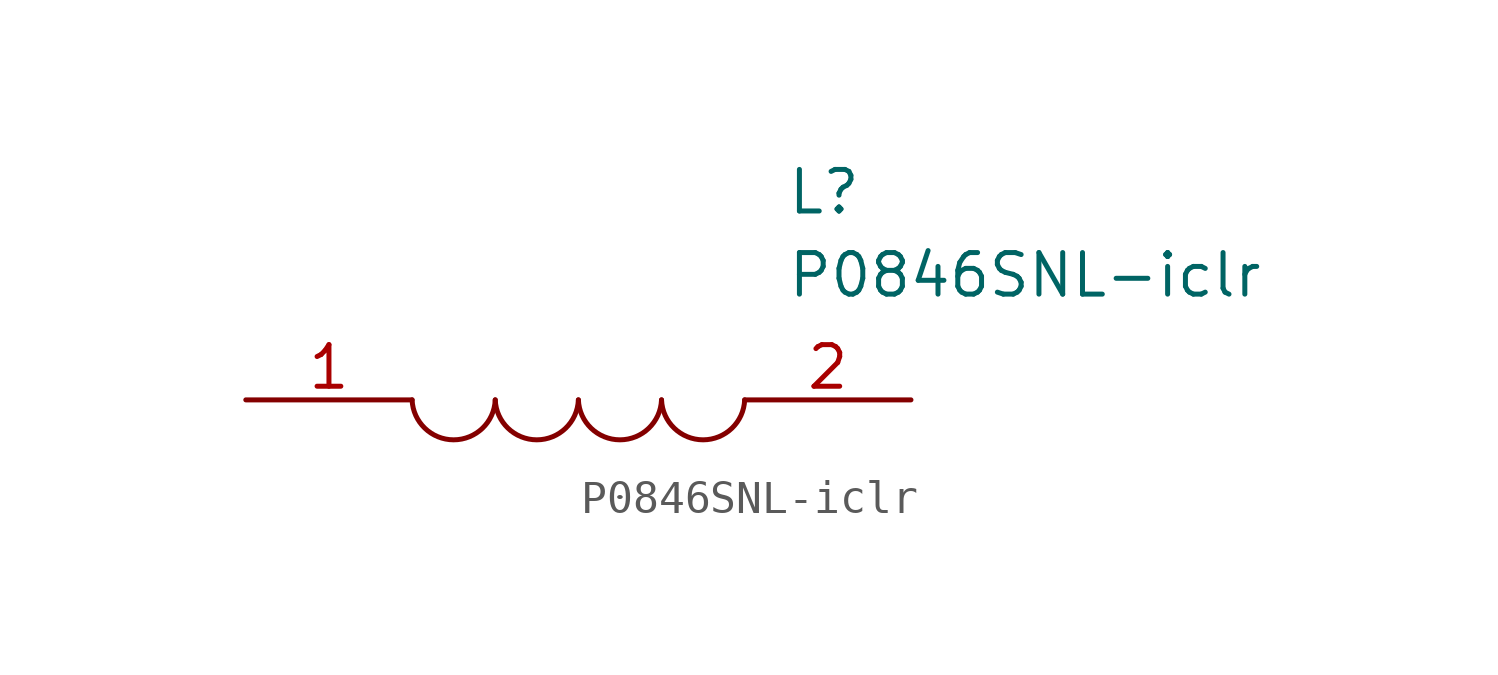
<source format=kicad_sym>
(kicad_symbol_lib
  (version 20211014)
  (generator kicad_symbol_editor)
  (symbol "P0846SNL-iclr"
    (pin_names
      (offset 0.762))
    (property "Reference" "L"
      (at 16.51 6.35 0)
      (effects (font (size 1.27 1.27)) (justify left)))
    (property "Value" "P0846SNL-iclr"
      (at 16.51 3.81 0)
      (effects (font (size 1.27 1.27)) (justify left)))
    (symbol "P0846SNL-iclr_0_0"
      (pin passive line (at 0 0 0) (length 5.08) (name "~" (effects (font (size 1.27 1.27)))) (number "1" (effects (font (size 1.27 1.27)))))
      (pin passive line (at 20.32 0 180) (length 5.08) (name "~" (effects (font (size 1.27 1.27)))) (number "2" (effects (font (size 1.27 1.27))))))
    (symbol "P0846SNL-iclr_0_1"
      (arc (start 5.08 0) (mid 6.35 -1.3218) (end 7.62 0) (stroke (width 0.1524) (type default) (color 0 0 0 0)) (fill (type none)))
      (arc (start 7.62 0) (mid 8.89 -1.3218) (end 10.16 0) (stroke (width 0.1524) (type default) (color 0 0 0 0)) (fill (type none)))
      (arc (start 10.16 0) (mid 11.43 -1.3218) (end 12.7 0) (stroke (width 0.1524) (type default) (color 0 0 0 0)) (fill (type none)))
      (arc (start 12.7 0) (mid 13.97 -1.3218) (end 15.24 0) (stroke (width 0.1524) (type default) (color 0 0 0 0)) (fill (type none))))))
</source>
